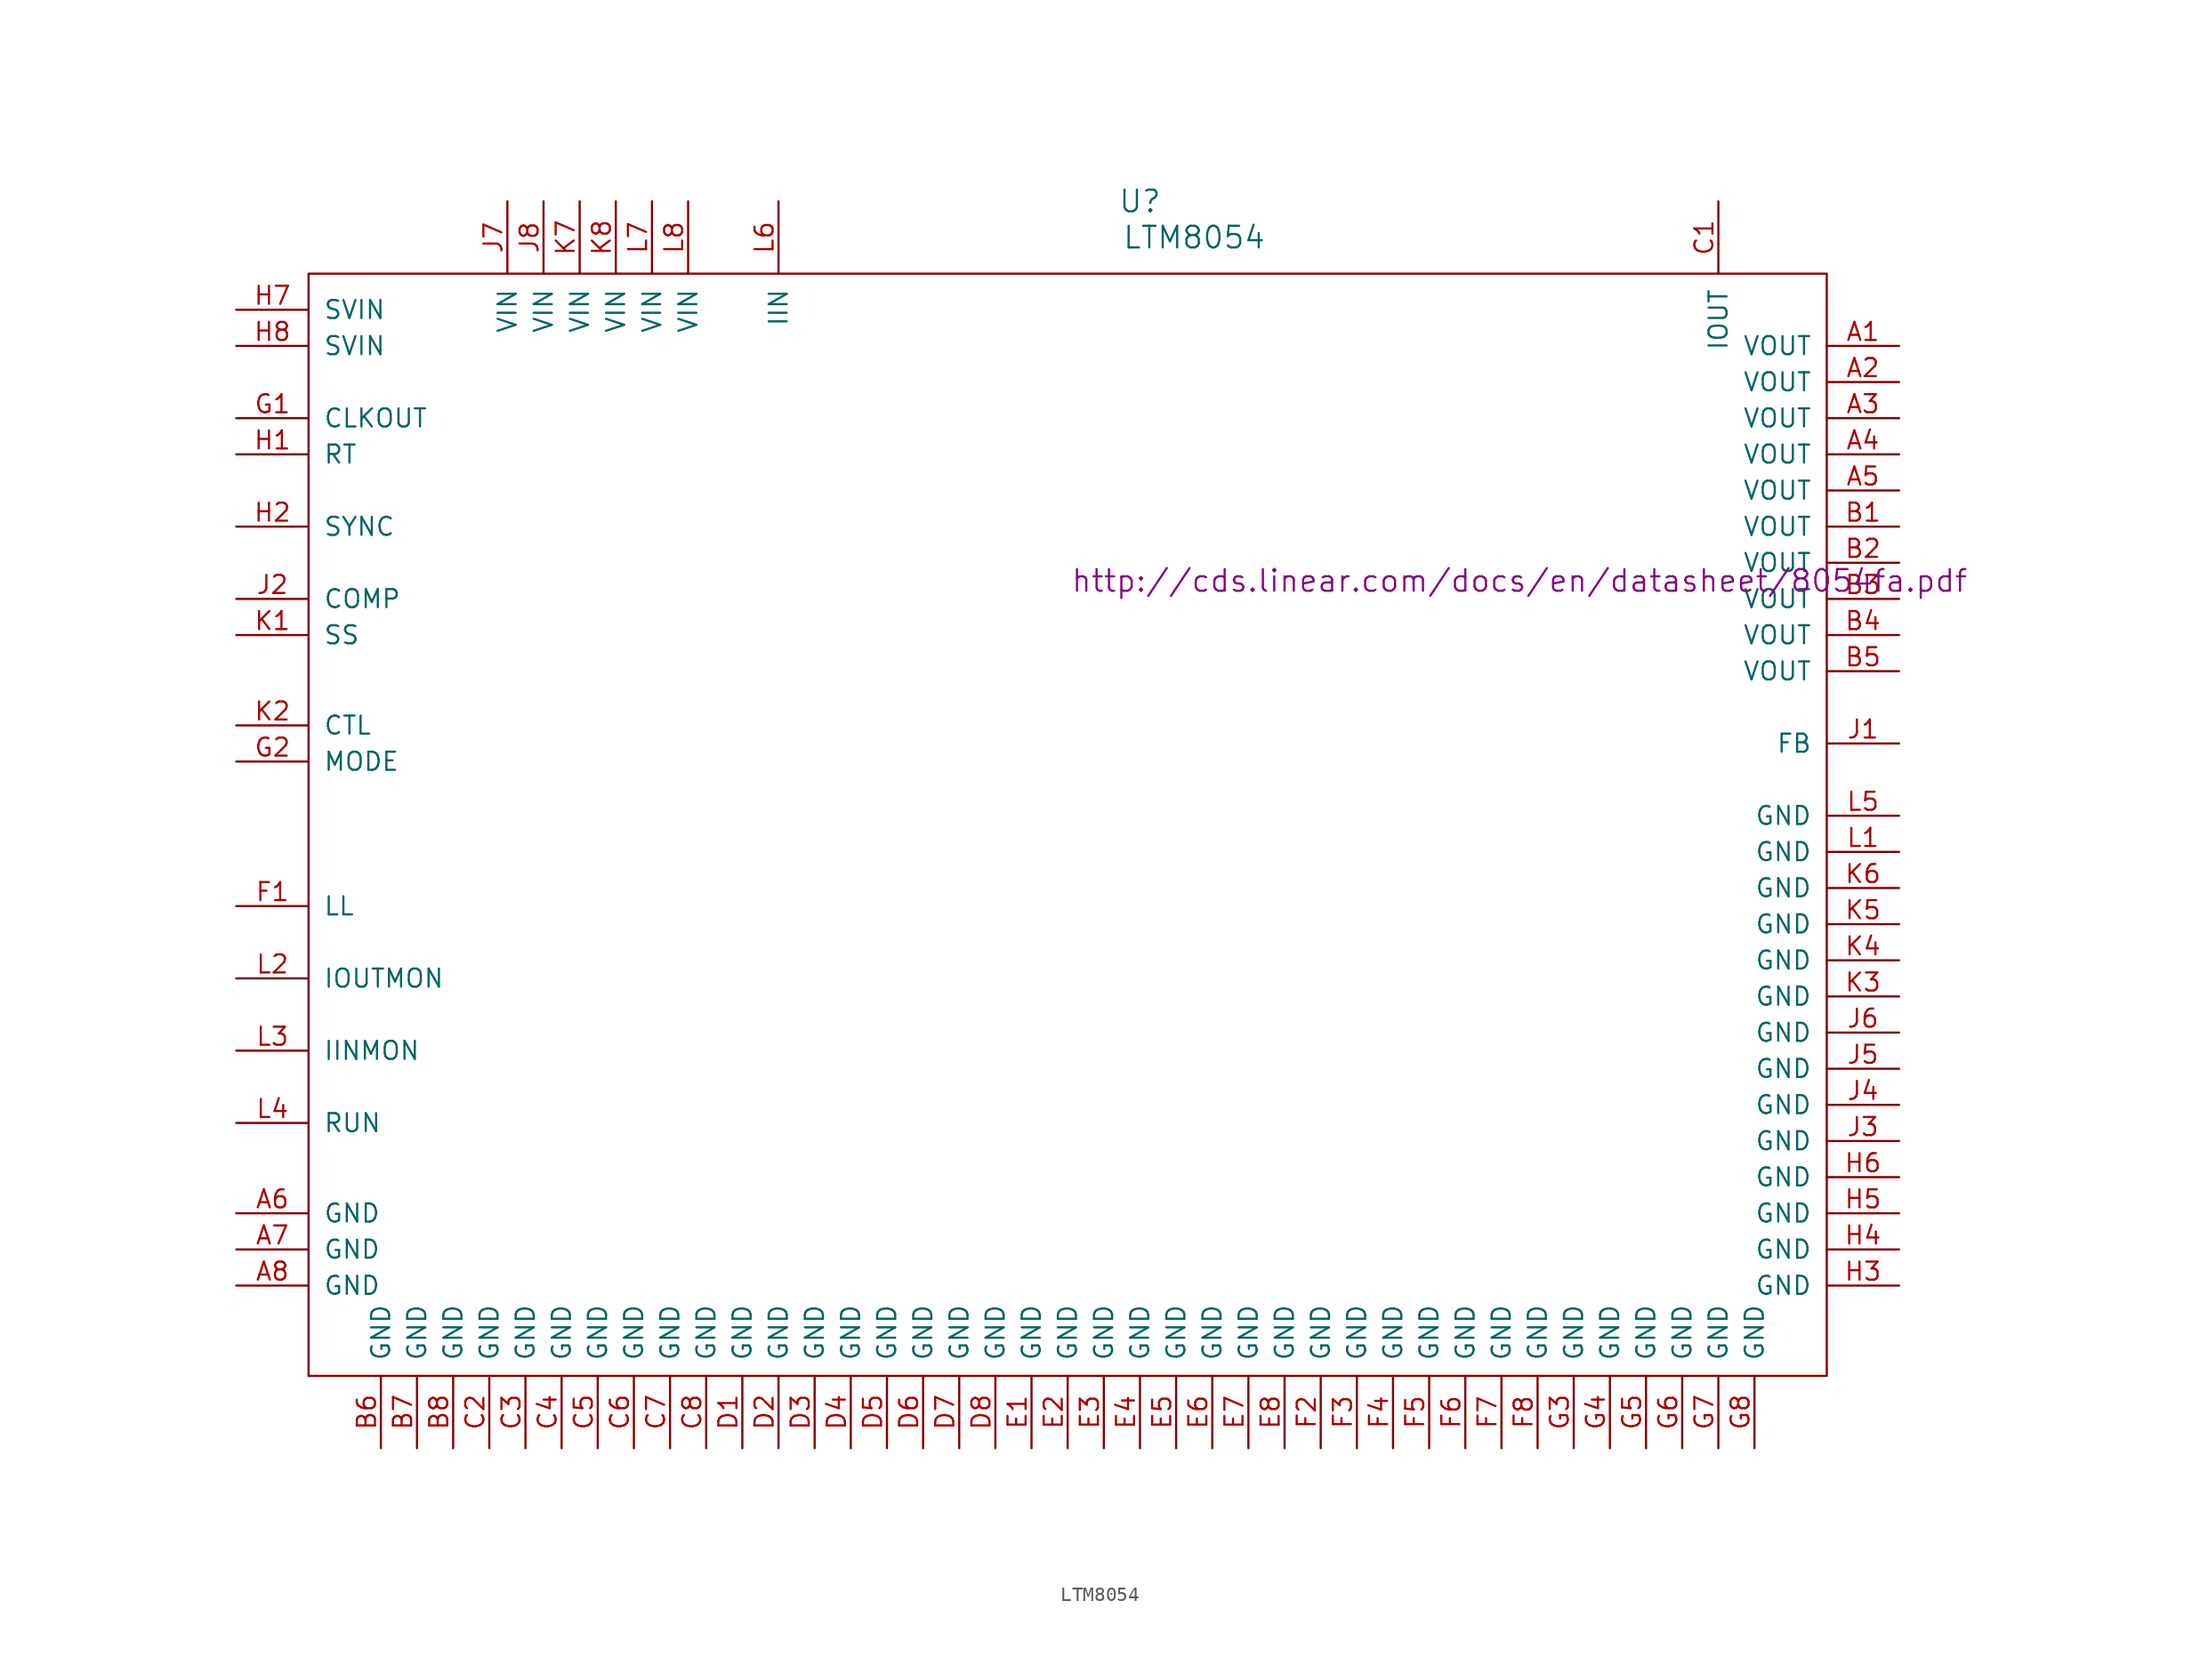
<source format=kicad_sym>
(kicad_symbol_lib
  (version 20220914)
  (generator kicad_symbol_editor)
  (symbol "LTM8054"
    (pin_names
      (offset 1.016))
    (property "Reference" "U"
      (at 2.54 44.45 0)
      (effects (font (size 1.524 1.524))))
    (property "Value" "LTM8054"
      (at 6.35 41.91 0)
      (effects (font (size 1.524 1.524))))
    (property "Footprint" ""
      (at 29.21 17.78 0)
      (effects (font (size 1.524 1.524))))
    (property "Datasheet" "http://cds.linear.com/docs/en/datasheet/8054fa.pdf"
      (at 29.21 17.78 0)
      (effects (font (size 1.524 1.524))))
    (symbol "LTM8054_0_1"
      (rectangle (start -55.88 39.37) (end 50.8 -38.1) (stroke (width 0) (type default)) (fill (type none))))
    (symbol "LTM8054_1_1"
      (pin input line (at 55.88 34.29 180) (length 5.08) (name "VOUT" (effects (font (size 1.27 1.27)))) (number "A1" (effects (font (size 1.27 1.27)))))
      (pin input line (at 55.88 31.75 180) (length 5.08) (name "VOUT" (effects (font (size 1.27 1.27)))) (number "A2" (effects (font (size 1.27 1.27)))))
      (pin input line (at 55.88 29.21 180) (length 5.08) (name "VOUT" (effects (font (size 1.27 1.27)))) (number "A3" (effects (font (size 1.27 1.27)))))
      (pin input line (at 55.88 26.67 180) (length 5.08) (name "VOUT" (effects (font (size 1.27 1.27)))) (number "A4" (effects (font (size 1.27 1.27)))))
      (pin input line (at 55.88 24.13 180) (length 5.08) (name "VOUT" (effects (font (size 1.27 1.27)))) (number "A5" (effects (font (size 1.27 1.27)))))
      (pin input line (at -60.96 -26.67 0) (length 5.08) (name "GND" (effects (font (size 1.27 1.27)))) (number "A6" (effects (font (size 1.27 1.27)))))
      (pin input line (at -60.96 -29.21 0) (length 5.08) (name "GND" (effects (font (size 1.27 1.27)))) (number "A7" (effects (font (size 1.27 1.27)))))
      (pin input line (at -60.96 -31.75 0) (length 5.08) (name "GND" (effects (font (size 1.27 1.27)))) (number "A8" (effects (font (size 1.27 1.27)))))
      (pin input line (at 55.88 21.59 180) (length 5.08) (name "VOUT" (effects (font (size 1.27 1.27)))) (number "B1" (effects (font (size 1.27 1.27)))))
      (pin input line (at 55.88 19.05 180) (length 5.08) (name "VOUT" (effects (font (size 1.27 1.27)))) (number "B2" (effects (font (size 1.27 1.27)))))
      (pin input line (at 55.88 16.51 180) (length 5.08) (name "VOUT" (effects (font (size 1.27 1.27)))) (number "B3" (effects (font (size 1.27 1.27)))))
      (pin input line (at 55.88 13.97 180) (length 5.08) (name "VOUT" (effects (font (size 1.27 1.27)))) (number "B4" (effects (font (size 1.27 1.27)))))
      (pin input line (at 55.88 11.43 180) (length 5.08) (name "VOUT" (effects (font (size 1.27 1.27)))) (number "B5" (effects (font (size 1.27 1.27)))))
      (pin input line (at -50.8 -43.18 90) (length 5.08) (name "GND" (effects (font (size 1.27 1.27)))) (number "B6" (effects (font (size 1.27 1.27)))))
      (pin input line (at -48.26 -43.18 90) (length 5.08) (name "GND" (effects (font (size 1.27 1.27)))) (number "B7" (effects (font (size 1.27 1.27)))))
      (pin input line (at -45.72 -43.18 90) (length 5.08) (name "GND" (effects (font (size 1.27 1.27)))) (number "B8" (effects (font (size 1.27 1.27)))))
      (pin input line (at 43.18 44.45 270) (length 5.08) (name "IOUT" (effects (font (size 1.27 1.27)))) (number "C1" (effects (font (size 1.27 1.27)))))
      (pin input line (at -43.18 -43.18 90) (length 5.08) (name "GND" (effects (font (size 1.27 1.27)))) (number "C2" (effects (font (size 1.27 1.27)))))
      (pin input line (at -40.64 -43.18 90) (length 5.08) (name "GND" (effects (font (size 1.27 1.27)))) (number "C3" (effects (font (size 1.27 1.27)))))
      (pin input line (at -38.1 -43.18 90) (length 5.08) (name "GND" (effects (font (size 1.27 1.27)))) (number "C4" (effects (font (size 1.27 1.27)))))
      (pin input line (at -35.56 -43.18 90) (length 5.08) (name "GND" (effects (font (size 1.27 1.27)))) (number "C5" (effects (font (size 1.27 1.27)))))
      (pin input line (at -33.02 -43.18 90) (length 5.08) (name "GND" (effects (font (size 1.27 1.27)))) (number "C6" (effects (font (size 1.27 1.27)))))
      (pin input line (at -30.48 -43.18 90) (length 5.08) (name "GND" (effects (font (size 1.27 1.27)))) (number "C7" (effects (font (size 1.27 1.27)))))
      (pin input line (at -27.94 -43.18 90) (length 5.08) (name "GND" (effects (font (size 1.27 1.27)))) (number "C8" (effects (font (size 1.27 1.27)))))
      (pin input line (at -25.4 -43.18 90) (length 5.08) (name "GND" (effects (font (size 1.27 1.27)))) (number "D1" (effects (font (size 1.27 1.27)))))
      (pin input line (at -22.86 -43.18 90) (length 5.08) (name "GND" (effects (font (size 1.27 1.27)))) (number "D2" (effects (font (size 1.27 1.27)))))
      (pin input line (at -20.32 -43.18 90) (length 5.08) (name "GND" (effects (font (size 1.27 1.27)))) (number "D3" (effects (font (size 1.27 1.27)))))
      (pin input line (at -17.78 -43.18 90) (length 5.08) (name "GND" (effects (font (size 1.27 1.27)))) (number "D4" (effects (font (size 1.27 1.27)))))
      (pin input line (at -15.24 -43.18 90) (length 5.08) (name "GND" (effects (font (size 1.27 1.27)))) (number "D5" (effects (font (size 1.27 1.27)))))
      (pin input line (at -12.7 -43.18 90) (length 5.08) (name "GND" (effects (font (size 1.27 1.27)))) (number "D6" (effects (font (size 1.27 1.27)))))
      (pin input line (at -10.16 -43.18 90) (length 5.08) (name "GND" (effects (font (size 1.27 1.27)))) (number "D7" (effects (font (size 1.27 1.27)))))
      (pin input line (at -7.62 -43.18 90) (length 5.08) (name "GND" (effects (font (size 1.27 1.27)))) (number "D8" (effects (font (size 1.27 1.27)))))
      (pin input line (at -5.08 -43.18 90) (length 5.08) (name "GND" (effects (font (size 1.27 1.27)))) (number "E1" (effects (font (size 1.27 1.27)))))
      (pin input line (at -2.54 -43.18 90) (length 5.08) (name "GND" (effects (font (size 1.27 1.27)))) (number "E2" (effects (font (size 1.27 1.27)))))
      (pin input line (at 0 -43.18 90) (length 5.08) (name "GND" (effects (font (size 1.27 1.27)))) (number "E3" (effects (font (size 1.27 1.27)))))
      (pin input line (at 2.54 -43.18 90) (length 5.08) (name "GND" (effects (font (size 1.27 1.27)))) (number "E4" (effects (font (size 1.27 1.27)))))
      (pin input line (at 5.08 -43.18 90) (length 5.08) (name "GND" (effects (font (size 1.27 1.27)))) (number "E5" (effects (font (size 1.27 1.27)))))
      (pin input line (at 7.62 -43.18 90) (length 5.08) (name "GND" (effects (font (size 1.27 1.27)))) (number "E6" (effects (font (size 1.27 1.27)))))
      (pin input line (at 10.16 -43.18 90) (length 5.08) (name "GND" (effects (font (size 1.27 1.27)))) (number "E7" (effects (font (size 1.27 1.27)))))
      (pin input line (at 12.7 -43.18 90) (length 5.08) (name "GND" (effects (font (size 1.27 1.27)))) (number "E8" (effects (font (size 1.27 1.27)))))
      (pin input line (at -60.96 -5.08 0) (length 5.08) (name "LL" (effects (font (size 1.27 1.27)))) (number "F1" (effects (font (size 1.27 1.27)))))
      (pin input line (at 15.24 -43.18 90) (length 5.08) (name "GND" (effects (font (size 1.27 1.27)))) (number "F2" (effects (font (size 1.27 1.27)))))
      (pin input line (at 17.78 -43.18 90) (length 5.08) (name "GND" (effects (font (size 1.27 1.27)))) (number "F3" (effects (font (size 1.27 1.27)))))
      (pin input line (at 20.32 -43.18 90) (length 5.08) (name "GND" (effects (font (size 1.27 1.27)))) (number "F4" (effects (font (size 1.27 1.27)))))
      (pin input line (at 22.86 -43.18 90) (length 5.08) (name "GND" (effects (font (size 1.27 1.27)))) (number "F5" (effects (font (size 1.27 1.27)))))
      (pin input line (at 25.4 -43.18 90) (length 5.08) (name "GND" (effects (font (size 1.27 1.27)))) (number "F6" (effects (font (size 1.27 1.27)))))
      (pin input line (at 27.94 -43.18 90) (length 5.08) (name "GND" (effects (font (size 1.27 1.27)))) (number "F7" (effects (font (size 1.27 1.27)))))
      (pin input line (at 30.48 -43.18 90) (length 5.08) (name "GND" (effects (font (size 1.27 1.27)))) (number "F8" (effects (font (size 1.27 1.27)))))
      (pin input line (at -60.96 29.21 0) (length 5.08) (name "CLKOUT" (effects (font (size 1.27 1.27)))) (number "G1" (effects (font (size 1.27 1.27)))))
      (pin input line (at -60.96 5.08 0) (length 5.08) (name "MODE" (effects (font (size 1.27 1.27)))) (number "G2" (effects (font (size 1.27 1.27)))))
      (pin input line (at 33.02 -43.18 90) (length 5.08) (name "GND" (effects (font (size 1.27 1.27)))) (number "G3" (effects (font (size 1.27 1.27)))))
      (pin input line (at 35.56 -43.18 90) (length 5.08) (name "GND" (effects (font (size 1.27 1.27)))) (number "G4" (effects (font (size 1.27 1.27)))))
      (pin input line (at 38.1 -43.18 90) (length 5.08) (name "GND" (effects (font (size 1.27 1.27)))) (number "G5" (effects (font (size 1.27 1.27)))))
      (pin input line (at 40.64 -43.18 90) (length 5.08) (name "GND" (effects (font (size 1.27 1.27)))) (number "G6" (effects (font (size 1.27 1.27)))))
      (pin input line (at 43.18 -43.18 90) (length 5.08) (name "GND" (effects (font (size 1.27 1.27)))) (number "G7" (effects (font (size 1.27 1.27)))))
      (pin input line (at 45.72 -43.18 90) (length 5.08) (name "GND" (effects (font (size 1.27 1.27)))) (number "G8" (effects (font (size 1.27 1.27)))))
      (pin input line (at -60.96 26.67 0) (length 5.08) (name "RT" (effects (font (size 1.27 1.27)))) (number "H1" (effects (font (size 1.27 1.27)))))
      (pin input line (at -60.96 21.59 0) (length 5.08) (name "SYNC" (effects (font (size 1.27 1.27)))) (number "H2" (effects (font (size 1.27 1.27)))))
      (pin input line (at 55.88 -31.75 180) (length 5.08) (name "GND" (effects (font (size 1.27 1.27)))) (number "H3" (effects (font (size 1.27 1.27)))))
      (pin input line (at 55.88 -29.21 180) (length 5.08) (name "GND" (effects (font (size 1.27 1.27)))) (number "H4" (effects (font (size 1.27 1.27)))))
      (pin input line (at 55.88 -26.67 180) (length 5.08) (name "GND" (effects (font (size 1.27 1.27)))) (number "H5" (effects (font (size 1.27 1.27)))))
      (pin input line (at 55.88 -24.13 180) (length 5.08) (name "GND" (effects (font (size 1.27 1.27)))) (number "H6" (effects (font (size 1.27 1.27)))))
      (pin input line (at -60.96 36.83 0) (length 5.08) (name "SVIN" (effects (font (size 1.27 1.27)))) (number "H7" (effects (font (size 1.27 1.27)))))
      (pin input line (at -60.96 34.29 0) (length 5.08) (name "SVIN" (effects (font (size 1.27 1.27)))) (number "H8" (effects (font (size 1.27 1.27)))))
      (pin input line (at 55.88 6.35 180) (length 5.08) (name "FB" (effects (font (size 1.27 1.27)))) (number "J1" (effects (font (size 1.27 1.27)))))
      (pin input line (at -60.96 16.51 0) (length 5.08) (name "COMP" (effects (font (size 1.27 1.27)))) (number "J2" (effects (font (size 1.27 1.27)))))
      (pin input line (at 55.88 -21.59 180) (length 5.08) (name "GND" (effects (font (size 1.27 1.27)))) (number "J3" (effects (font (size 1.27 1.27)))))
      (pin input line (at 55.88 -19.05 180) (length 5.08) (name "GND" (effects (font (size 1.27 1.27)))) (number "J4" (effects (font (size 1.27 1.27)))))
      (pin input line (at 55.88 -16.51 180) (length 5.08) (name "GND" (effects (font (size 1.27 1.27)))) (number "J5" (effects (font (size 1.27 1.27)))))
      (pin input line (at 55.88 -13.97 180) (length 5.08) (name "GND" (effects (font (size 1.27 1.27)))) (number "J6" (effects (font (size 1.27 1.27)))))
      (pin input line (at -41.91 44.45 270) (length 5.08) (name "VIN" (effects (font (size 1.27 1.27)))) (number "J7" (effects (font (size 1.27 1.27)))))
      (pin input line (at -39.37 44.45 270) (length 5.08) (name "VIN" (effects (font (size 1.27 1.27)))) (number "J8" (effects (font (size 1.27 1.27)))))
      (pin input line (at -60.96 13.97 0) (length 5.08) (name "SS" (effects (font (size 1.27 1.27)))) (number "K1" (effects (font (size 1.27 1.27)))))
      (pin input line (at -60.96 7.62 0) (length 5.08) (name "CTL" (effects (font (size 1.27 1.27)))) (number "K2" (effects (font (size 1.27 1.27)))))
      (pin input line (at 55.88 -11.43 180) (length 5.08) (name "GND" (effects (font (size 1.27 1.27)))) (number "K3" (effects (font (size 1.27 1.27)))))
      (pin input line (at 55.88 -8.89 180) (length 5.08) (name "GND" (effects (font (size 1.27 1.27)))) (number "K4" (effects (font (size 1.27 1.27)))))
      (pin input line (at 55.88 -6.35 180) (length 5.08) (name "GND" (effects (font (size 1.27 1.27)))) (number "K5" (effects (font (size 1.27 1.27)))))
      (pin input line (at 55.88 -3.81 180) (length 5.08) (name "GND" (effects (font (size 1.27 1.27)))) (number "K6" (effects (font (size 1.27 1.27)))))
      (pin input line (at -36.83 44.45 270) (length 5.08) (name "VIN" (effects (font (size 1.27 1.27)))) (number "K7" (effects (font (size 1.27 1.27)))))
      (pin input line (at -34.29 44.45 270) (length 5.08) (name "VIN" (effects (font (size 1.27 1.27)))) (number "K8" (effects (font (size 1.27 1.27)))))
      (pin input line (at 55.88 -1.27 180) (length 5.08) (name "GND" (effects (font (size 1.27 1.27)))) (number "L1" (effects (font (size 1.27 1.27)))))
      (pin input line (at -60.96 -10.16 0) (length 5.08) (name "IOUTMON" (effects (font (size 1.27 1.27)))) (number "L2" (effects (font (size 1.27 1.27)))))
      (pin input line (at -60.96 -15.24 0) (length 5.08) (name "IINMON" (effects (font (size 1.27 1.27)))) (number "L3" (effects (font (size 1.27 1.27)))))
      (pin input line (at -60.96 -20.32 0) (length 5.08) (name "RUN" (effects (font (size 1.27 1.27)))) (number "L4" (effects (font (size 1.27 1.27)))))
      (pin input line (at 55.88 1.27 180) (length 5.08) (name "GND" (effects (font (size 1.27 1.27)))) (number "L5" (effects (font (size 1.27 1.27)))))
      (pin input line (at -22.86 44.45 270) (length 5.08) (name "IIN" (effects (font (size 1.27 1.27)))) (number "L6" (effects (font (size 1.27 1.27)))))
      (pin input line (at -31.75 44.45 270) (length 5.08) (name "VIN" (effects (font (size 1.27 1.27)))) (number "L7" (effects (font (size 1.27 1.27)))))
      (pin input line (at -29.21 44.45 270) (length 5.08) (name "VIN" (effects (font (size 1.27 1.27)))) (number "L8" (effects (font (size 1.27 1.27))))))))
</source>
